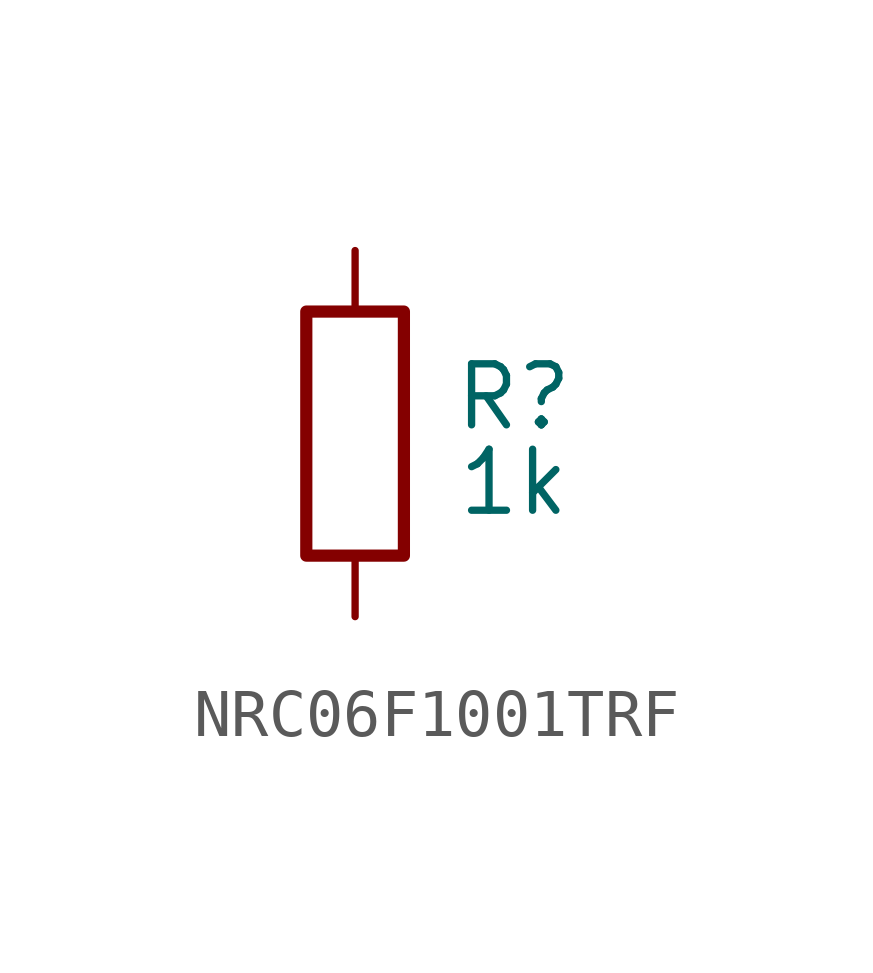
<source format=kicad_sym>
(kicad_symbol_lib
  (version 20241209)
  (generator "kicad_symbol_editor")
  (generator_version "9.0")
  (symbol "NRC06F1001TRF"
    (property "Reference" "R"
      (at 3.302 0.762 0)
      (effects (font (size 1.27 1.27))))
    (property "Value" "1k"
      (at 3.302 -1.016 0)
      (effects (font (size 1.27 1.27))))
    (symbol "NRC06F1001TRF_0_1"
      (rectangle (start -1.016 2.54) (end 1.016 -2.54) (stroke (width 0.254) (type default)) (fill (type none))))
    (symbol "NRC06F1001TRF_1_1"
      (pin passive line (at 0 3.81 270) (length 1.27) (name "~" (effects (font (size 1.27 1.27)))) (number "1" (effects (font (size 0 0)))))
      (pin passive line (at 0 -3.81 90) (length 1.27) (name "~" (effects (font (size 1.27 1.27)))) (number "2" (effects (font (size 0 0))))))))
</source>
